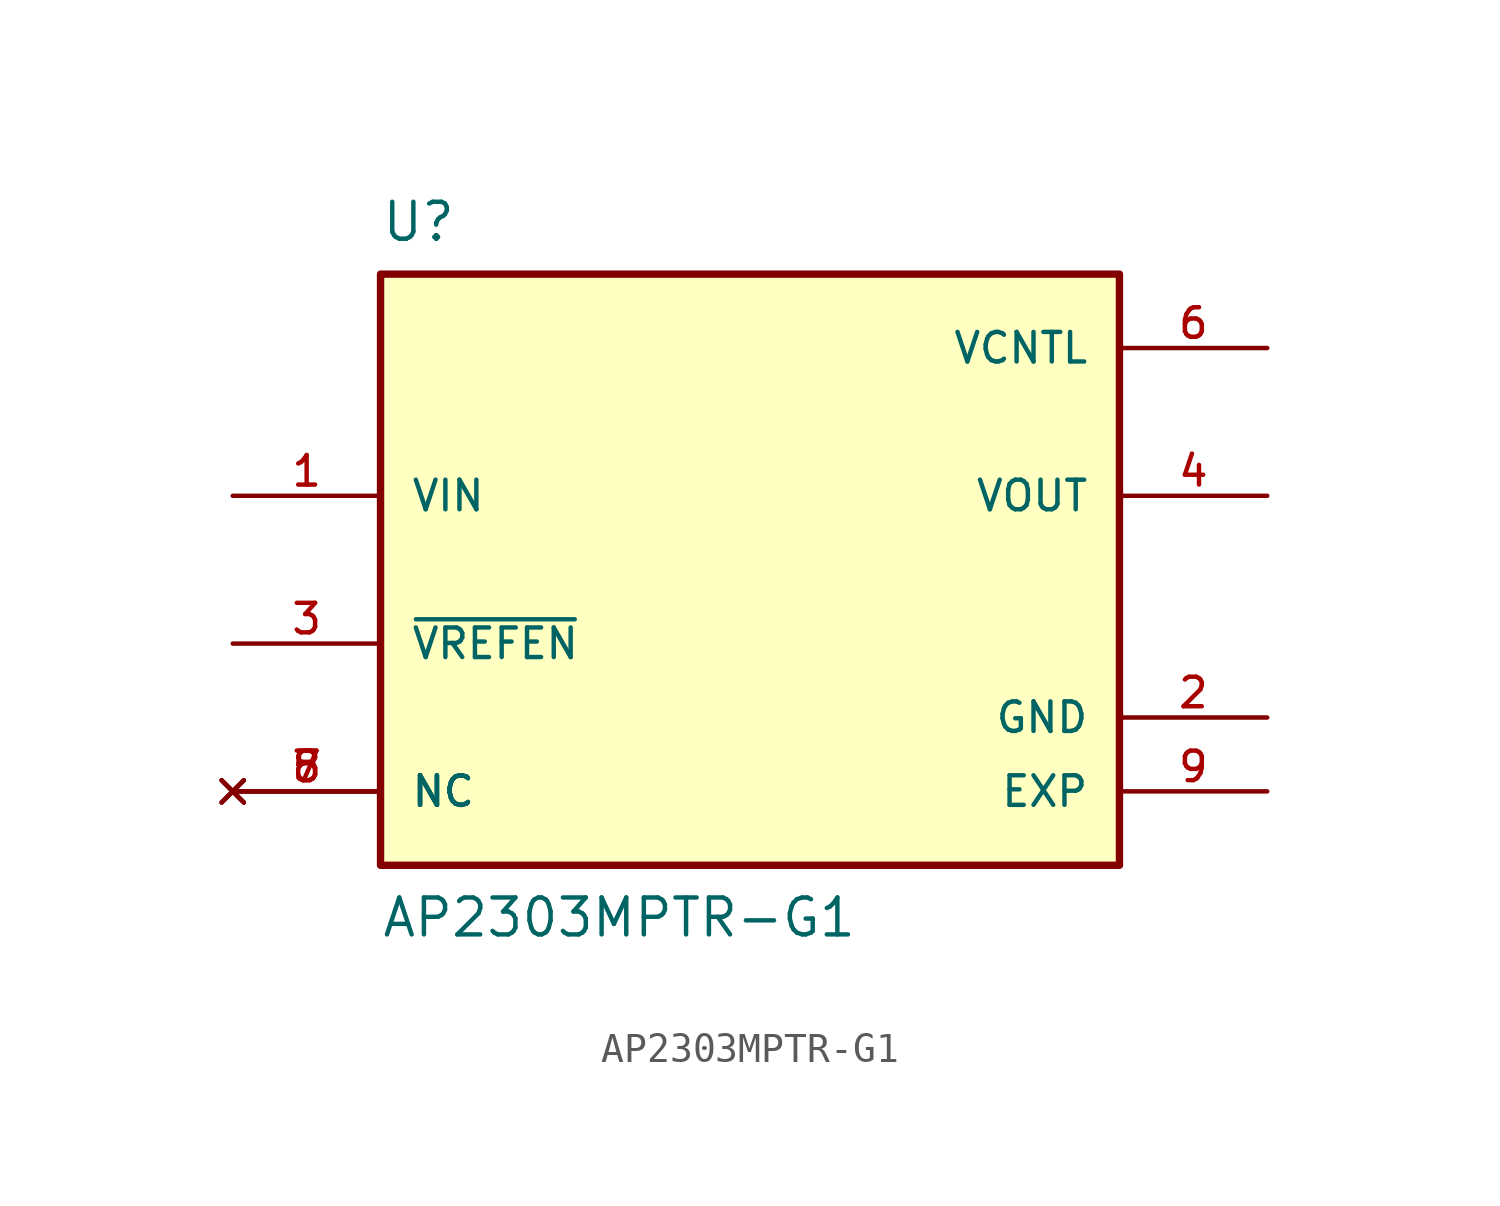
<source format=kicad_sym>
(kicad_symbol_lib
  (version 20211014)
  (generator kicad_symbol_editor)
  (symbol "AP2303MPTR-G1"
    (pin_names
      (offset 1.016))
    (property "Reference" "U"
      (at -12.7 12.7 0)
      (effects (font (size 1.27 1.27)) (justify top left)))
    (property "Value" "AP2303MPTR-G1"
      (at -12.7 -12.7 0)
      (effects (font (size 1.27 1.27)) (justify bottom left)))
    (symbol "AP2303MPTR-G1_0_0"
      (rectangle (start -12.7 -10.16) (end 12.7 10.16) (stroke (width 0.254)) (fill (type background)))
      (pin input line (at -17.78 2.54 0) (length 5.08) (name "VIN" (effects (font (size 1.016 1.016)))) (number "1" (effects (font (size 1.016 1.016)))))
      (pin power_in line (at 17.78 -5.08 180.0) (length 5.08) (name "GND" (effects (font (size 1.016 1.016)))) (number "2" (effects (font (size 1.016 1.016)))))
      (pin input line (at -17.78 -2.54 0) (length 5.08) (name "~{VREFEN}" (effects (font (size 1.016 1.016)))) (number "3" (effects (font (size 1.016 1.016)))))
      (pin output line (at 17.78 2.54 180.0) (length 5.08) (name "VOUT" (effects (font (size 1.016 1.016)))) (number "4" (effects (font (size 1.016 1.016)))))
      (pin power_in line (at 17.78 7.62 180.0) (length 5.08) (name "VCNTL" (effects (font (size 1.016 1.016)))) (number "6" (effects (font (size 1.016 1.016)))))
      (pin no_connect line (at -17.78 -7.62 0) (length 5.08) (name "NC" (effects (font (size 1.016 1.016)))) (number "5" (effects (font (size 1.016 1.016)))))
      (pin no_connect line (at -17.78 -7.62 0) (length 5.08) (name "NC" (effects (font (size 1.016 1.016)))) (number "7" (effects (font (size 1.016 1.016)))))
      (pin no_connect line (at -17.78 -7.62 0) (length 5.08) (name "NC" (effects (font (size 1.016 1.016)))) (number "8" (effects (font (size 1.016 1.016)))))
      (pin power_in line (at 17.78 -7.62 180.0) (length 5.08) (name "EXP" (effects (font (size 1.016 1.016)))) (number "9" (effects (font (size 1.016 1.016))))))))
</source>
